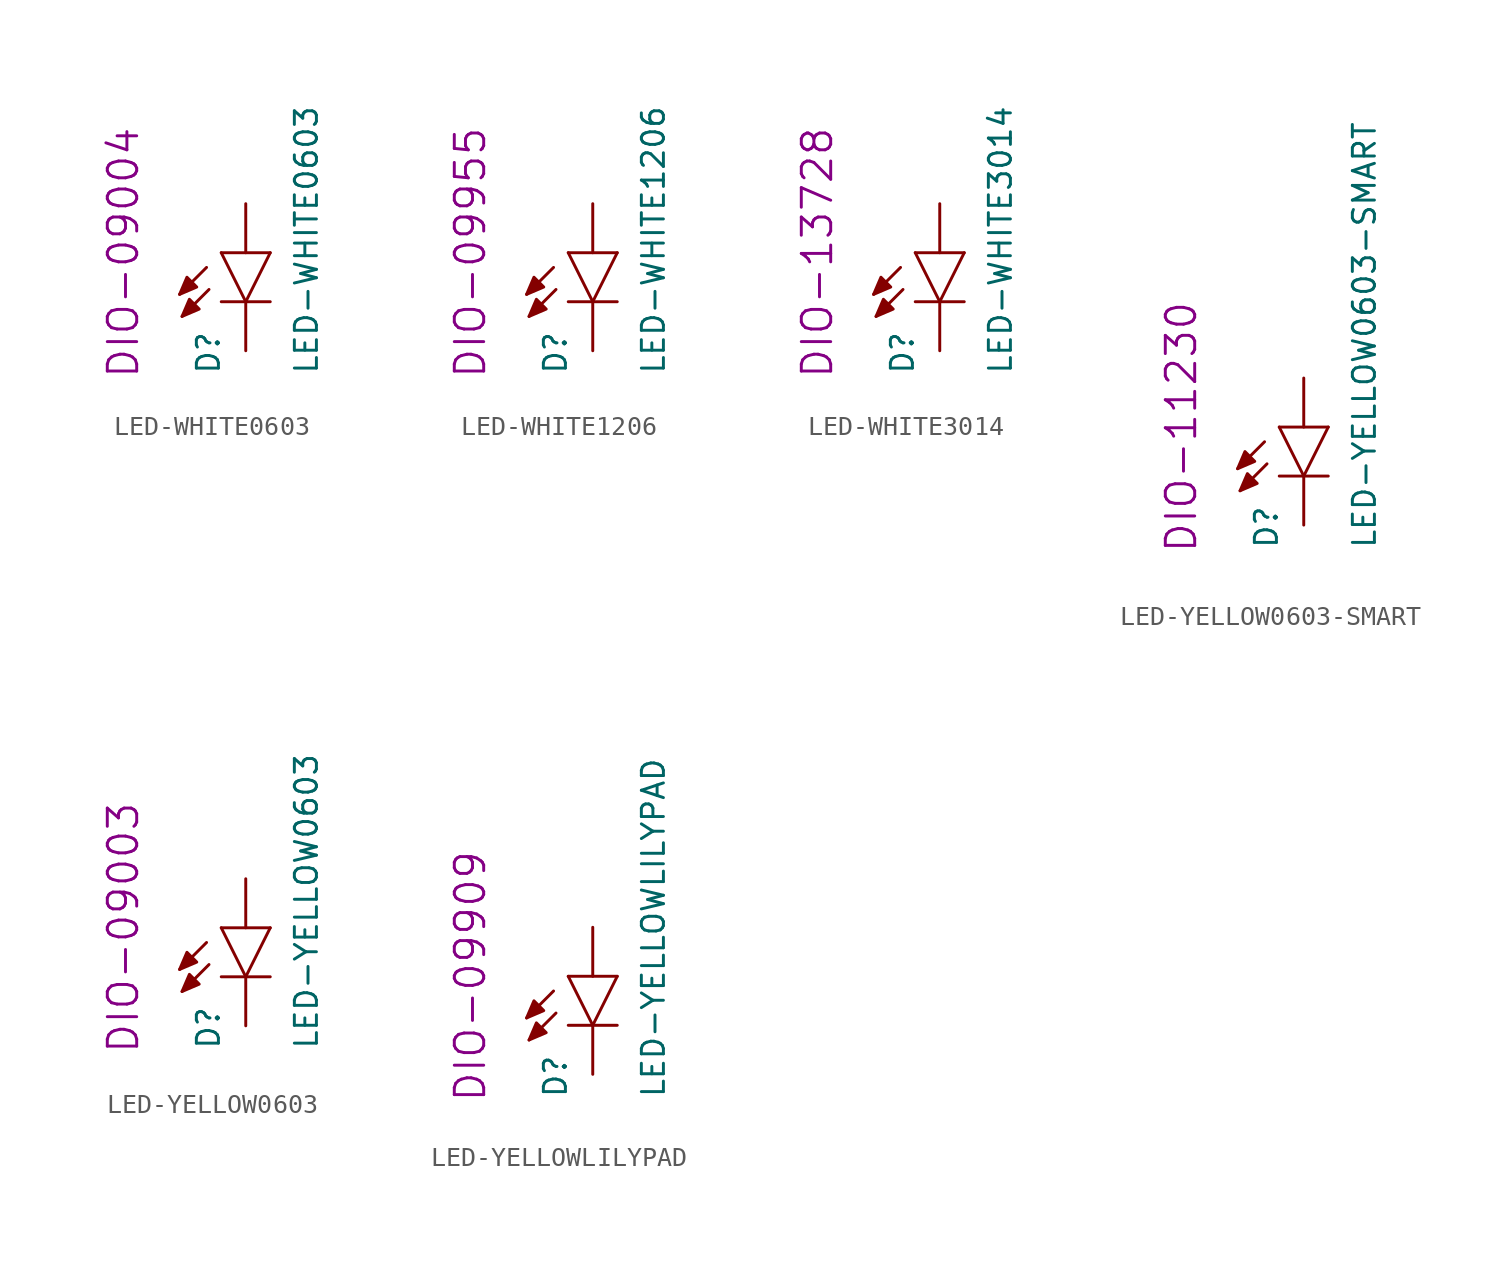
<source format=kicad_sym>
(kicad_symbol_lib
  (version 20220914)
  (generator kicad_symbol_editor)
  (symbol "LED-WHITE0603"
    (pin_numbers hide)
    (pin_names
      (offset 1.016) hide)
    (property "Reference" "D"
      (at -1.27 -6.35 90)
      (effects (font (size 1.143 1.143)) (justify left bottom)))
    (property "Value" "LED-WHITE0603"
      (at 3.81 -6.35 90)
      (effects (font (size 1.143 1.143)) (justify left bottom)))
    (property "Field4" "DIO-09004"
      (at -6.35 0 90)
      (effects (font (size 1.524 1.524))))
    (property "ki_locked" ""
      (at 0 0 0)
      (effects (font (size 1.27 1.27))))
    (symbol "LED-WHITE0603_1_0"
      (polyline (pts (xy -2.032 -0.762) (xy -3.429 -2.159)) (stroke (width 0) (type solid)) (fill (type none)))
      (polyline (pts (xy -1.905 -1.905) (xy -3.302 -3.302)) (stroke (width 0) (type solid)) (fill (type none)))
      (polyline (pts (xy 0 -2.54) (xy -1.27 -2.54)) (stroke (width 0) (type solid)) (fill (type none)))
      (polyline (pts (xy 0 -2.54) (xy -1.27 0)) (stroke (width 0) (type solid)) (fill (type none)))
      (polyline (pts (xy 1.27 -2.54) (xy 0 -2.54)) (stroke (width 0) (type solid)) (fill (type none)))
      (polyline (pts (xy 1.27 0) (xy -1.27 0)) (stroke (width 0) (type solid)) (fill (type none)))
      (polyline (pts (xy 1.27 0) (xy 0 -2.54)) (stroke (width 0) (type solid)) (fill (type none))))
    (symbol "LED-WHITE0603_1_1"
      (polyline (pts (xy -3.429 -2.159) (xy -3.048 -1.27) (xy -3.048 -1.27) (xy -2.54 -1.778) (xy -2.54 -1.778) (xy -3.429 -2.159)) (stroke (width 0) (type solid)) (fill (type outline)))
      (polyline (pts (xy -3.302 -3.302) (xy -2.921 -2.413) (xy -2.921 -2.413) (xy -2.413 -2.921) (xy -2.413 -2.921) (xy -3.302 -3.302)) (stroke (width 0) (type solid)) (fill (type outline)))
      (pin passive line (at 0 2.54 270) (length 2.54) (name "A" (effects (font (size 1.016 1.016)))) (number "A" (effects (font (size 1.016 1.016)))))
      (pin passive line (at 0 -5.08 90) (length 2.54) (name "C" (effects (font (size 1.016 1.016)))) (number "C" (effects (font (size 1.016 1.016)))))))
  (symbol "LED-WHITE1206"
    (pin_numbers hide)
    (pin_names
      (offset 1.016) hide)
    (property "Reference" "D"
      (at -1.27 -6.35 90)
      (effects (font (size 1.143 1.143)) (justify left bottom)))
    (property "Value" "LED-WHITE1206"
      (at 3.81 -6.35 90)
      (effects (font (size 1.143 1.143)) (justify left bottom)))
    (property "Field4" "DIO-09955"
      (at -6.35 0 90)
      (effects (font (size 1.524 1.524))))
    (property "ki_locked" ""
      (at 0 0 0)
      (effects (font (size 1.27 1.27))))
    (symbol "LED-WHITE1206_1_0"
      (polyline (pts (xy -2.032 -0.762) (xy -3.429 -2.159)) (stroke (width 0) (type solid)) (fill (type none)))
      (polyline (pts (xy -1.905 -1.905) (xy -3.302 -3.302)) (stroke (width 0) (type solid)) (fill (type none)))
      (polyline (pts (xy 0 -2.54) (xy -1.27 -2.54)) (stroke (width 0) (type solid)) (fill (type none)))
      (polyline (pts (xy 0 -2.54) (xy -1.27 0)) (stroke (width 0) (type solid)) (fill (type none)))
      (polyline (pts (xy 1.27 -2.54) (xy 0 -2.54)) (stroke (width 0) (type solid)) (fill (type none)))
      (polyline (pts (xy 1.27 0) (xy -1.27 0)) (stroke (width 0) (type solid)) (fill (type none)))
      (polyline (pts (xy 1.27 0) (xy 0 -2.54)) (stroke (width 0) (type solid)) (fill (type none))))
    (symbol "LED-WHITE1206_1_1"
      (polyline (pts (xy -3.429 -2.159) (xy -3.048 -1.27) (xy -3.048 -1.27) (xy -2.54 -1.778) (xy -2.54 -1.778) (xy -3.429 -2.159)) (stroke (width 0) (type solid)) (fill (type outline)))
      (polyline (pts (xy -3.302 -3.302) (xy -2.921 -2.413) (xy -2.921 -2.413) (xy -2.413 -2.921) (xy -2.413 -2.921) (xy -3.302 -3.302)) (stroke (width 0) (type solid)) (fill (type outline)))
      (pin passive line (at 0 2.54 270) (length 2.54) (name "A" (effects (font (size 1.016 1.016)))) (number "A" (effects (font (size 1.016 1.016)))))
      (pin passive line (at 0 -5.08 90) (length 2.54) (name "C" (effects (font (size 1.016 1.016)))) (number "C" (effects (font (size 1.016 1.016)))))))
  (symbol "LED-WHITE3014"
    (pin_numbers hide)
    (pin_names
      (offset 1.016) hide)
    (property "Reference" "D"
      (at -1.27 -6.35 90)
      (effects (font (size 1.143 1.143)) (justify left bottom)))
    (property "Value" "LED-WHITE3014"
      (at 3.81 -6.35 90)
      (effects (font (size 1.143 1.143)) (justify left bottom)))
    (property "Field4" "DIO-13728"
      (at -6.35 0 90)
      (effects (font (size 1.524 1.524))))
    (property "ki_locked" ""
      (at 0 0 0)
      (effects (font (size 1.27 1.27))))
    (symbol "LED-WHITE3014_1_0"
      (polyline (pts (xy -2.032 -0.762) (xy -3.429 -2.159)) (stroke (width 0) (type solid)) (fill (type none)))
      (polyline (pts (xy -1.905 -1.905) (xy -3.302 -3.302)) (stroke (width 0) (type solid)) (fill (type none)))
      (polyline (pts (xy 0 -2.54) (xy -1.27 -2.54)) (stroke (width 0) (type solid)) (fill (type none)))
      (polyline (pts (xy 0 -2.54) (xy -1.27 0)) (stroke (width 0) (type solid)) (fill (type none)))
      (polyline (pts (xy 1.27 -2.54) (xy 0 -2.54)) (stroke (width 0) (type solid)) (fill (type none)))
      (polyline (pts (xy 1.27 0) (xy -1.27 0)) (stroke (width 0) (type solid)) (fill (type none)))
      (polyline (pts (xy 1.27 0) (xy 0 -2.54)) (stroke (width 0) (type solid)) (fill (type none))))
    (symbol "LED-WHITE3014_1_1"
      (polyline (pts (xy -3.429 -2.159) (xy -3.048 -1.27) (xy -3.048 -1.27) (xy -2.54 -1.778) (xy -2.54 -1.778) (xy -3.429 -2.159)) (stroke (width 0) (type solid)) (fill (type outline)))
      (polyline (pts (xy -3.302 -3.302) (xy -2.921 -2.413) (xy -2.921 -2.413) (xy -2.413 -2.921) (xy -2.413 -2.921) (xy -3.302 -3.302)) (stroke (width 0) (type solid)) (fill (type outline)))
      (pin passive line (at 0 2.54 270) (length 2.54) (name "A" (effects (font (size 1.016 1.016)))) (number "A" (effects (font (size 1.016 1.016)))))
      (pin passive line (at 0 -5.08 90) (length 2.54) (name "C" (effects (font (size 1.016 1.016)))) (number "C" (effects (font (size 1.016 1.016)))))))
  (symbol "LED-YELLOW0603-SMART"
    (pin_numbers hide)
    (pin_names
      (offset 1.016) hide)
    (property "Reference" "D"
      (at -1.27 -6.35 90)
      (effects (font (size 1.143 1.143)) (justify left bottom)))
    (property "Value" "LED-YELLOW0603-SMART"
      (at 3.81 -6.35 90)
      (effects (font (size 1.143 1.143)) (justify left bottom)))
    (property "Field4" "DIO-11230"
      (at -6.35 0 90)
      (effects (font (size 1.524 1.524))))
    (property "ki_locked" ""
      (at 0 0 0)
      (effects (font (size 1.27 1.27))))
    (symbol "LED-YELLOW0603-SMART_1_0"
      (polyline (pts (xy -2.032 -0.762) (xy -3.429 -2.159)) (stroke (width 0) (type solid)) (fill (type none)))
      (polyline (pts (xy -1.905 -1.905) (xy -3.302 -3.302)) (stroke (width 0) (type solid)) (fill (type none)))
      (polyline (pts (xy 0 -2.54) (xy -1.27 -2.54)) (stroke (width 0) (type solid)) (fill (type none)))
      (polyline (pts (xy 0 -2.54) (xy -1.27 0)) (stroke (width 0) (type solid)) (fill (type none)))
      (polyline (pts (xy 1.27 -2.54) (xy 0 -2.54)) (stroke (width 0) (type solid)) (fill (type none)))
      (polyline (pts (xy 1.27 0) (xy -1.27 0)) (stroke (width 0) (type solid)) (fill (type none)))
      (polyline (pts (xy 1.27 0) (xy 0 -2.54)) (stroke (width 0) (type solid)) (fill (type none))))
    (symbol "LED-YELLOW0603-SMART_1_1"
      (polyline (pts (xy -3.429 -2.159) (xy -3.048 -1.27) (xy -3.048 -1.27) (xy -2.54 -1.778) (xy -2.54 -1.778) (xy -3.429 -2.159)) (stroke (width 0) (type solid)) (fill (type outline)))
      (polyline (pts (xy -3.302 -3.302) (xy -2.921 -2.413) (xy -2.921 -2.413) (xy -2.413 -2.921) (xy -2.413 -2.921) (xy -3.302 -3.302)) (stroke (width 0) (type solid)) (fill (type outline)))
      (pin passive line (at 0 2.54 270) (length 2.54) (name "A" (effects (font (size 1.016 1.016)))) (number "A" (effects (font (size 1.016 1.016)))))
      (pin passive line (at 0 -5.08 90) (length 2.54) (name "C" (effects (font (size 1.016 1.016)))) (number "C" (effects (font (size 1.016 1.016)))))))
  (symbol "LED-YELLOW0603"
    (pin_numbers hide)
    (pin_names
      (offset 1.016) hide)
    (property "Reference" "D"
      (at -1.27 -6.35 90)
      (effects (font (size 1.143 1.143)) (justify left bottom)))
    (property "Value" "LED-YELLOW0603"
      (at 3.81 -6.35 90)
      (effects (font (size 1.143 1.143)) (justify left bottom)))
    (property "Field4" "DIO-09003"
      (at -6.35 0 90)
      (effects (font (size 1.524 1.524))))
    (property "ki_locked" ""
      (at 0 0 0)
      (effects (font (size 1.27 1.27))))
    (symbol "LED-YELLOW0603_1_0"
      (polyline (pts (xy -2.032 -0.762) (xy -3.429 -2.159)) (stroke (width 0) (type solid)) (fill (type none)))
      (polyline (pts (xy -1.905 -1.905) (xy -3.302 -3.302)) (stroke (width 0) (type solid)) (fill (type none)))
      (polyline (pts (xy 0 -2.54) (xy -1.27 -2.54)) (stroke (width 0) (type solid)) (fill (type none)))
      (polyline (pts (xy 0 -2.54) (xy -1.27 0)) (stroke (width 0) (type solid)) (fill (type none)))
      (polyline (pts (xy 1.27 -2.54) (xy 0 -2.54)) (stroke (width 0) (type solid)) (fill (type none)))
      (polyline (pts (xy 1.27 0) (xy -1.27 0)) (stroke (width 0) (type solid)) (fill (type none)))
      (polyline (pts (xy 1.27 0) (xy 0 -2.54)) (stroke (width 0) (type solid)) (fill (type none))))
    (symbol "LED-YELLOW0603_1_1"
      (polyline (pts (xy -3.429 -2.159) (xy -3.048 -1.27) (xy -3.048 -1.27) (xy -2.54 -1.778) (xy -2.54 -1.778) (xy -3.429 -2.159)) (stroke (width 0) (type solid)) (fill (type outline)))
      (polyline (pts (xy -3.302 -3.302) (xy -2.921 -2.413) (xy -2.921 -2.413) (xy -2.413 -2.921) (xy -2.413 -2.921) (xy -3.302 -3.302)) (stroke (width 0) (type solid)) (fill (type outline)))
      (pin passive line (at 0 2.54 270) (length 2.54) (name "A" (effects (font (size 1.016 1.016)))) (number "A" (effects (font (size 1.016 1.016)))))
      (pin passive line (at 0 -5.08 90) (length 2.54) (name "C" (effects (font (size 1.016 1.016)))) (number "C" (effects (font (size 1.016 1.016)))))))
  (symbol "LED-YELLOWLILYPAD"
    (pin_numbers hide)
    (pin_names
      (offset 1.016) hide)
    (property "Reference" "D"
      (at -1.27 -6.35 90)
      (effects (font (size 1.143 1.143)) (justify left bottom)))
    (property "Value" "LED-YELLOWLILYPAD"
      (at 3.81 -6.35 90)
      (effects (font (size 1.143 1.143)) (justify left bottom)))
    (property "Field4" "DIO-09909"
      (at -6.35 0 90)
      (effects (font (size 1.524 1.524))))
    (property "ki_locked" ""
      (at 0 0 0)
      (effects (font (size 1.27 1.27))))
    (symbol "LED-YELLOWLILYPAD_1_0"
      (polyline (pts (xy -2.032 -0.762) (xy -3.429 -2.159)) (stroke (width 0) (type solid)) (fill (type none)))
      (polyline (pts (xy -1.905 -1.905) (xy -3.302 -3.302)) (stroke (width 0) (type solid)) (fill (type none)))
      (polyline (pts (xy 0 -2.54) (xy -1.27 -2.54)) (stroke (width 0) (type solid)) (fill (type none)))
      (polyline (pts (xy 0 -2.54) (xy -1.27 0)) (stroke (width 0) (type solid)) (fill (type none)))
      (polyline (pts (xy 1.27 -2.54) (xy 0 -2.54)) (stroke (width 0) (type solid)) (fill (type none)))
      (polyline (pts (xy 1.27 0) (xy -1.27 0)) (stroke (width 0) (type solid)) (fill (type none)))
      (polyline (pts (xy 1.27 0) (xy 0 -2.54)) (stroke (width 0) (type solid)) (fill (type none))))
    (symbol "LED-YELLOWLILYPAD_1_1"
      (polyline (pts (xy -3.429 -2.159) (xy -3.048 -1.27) (xy -3.048 -1.27) (xy -2.54 -1.778) (xy -2.54 -1.778) (xy -3.429 -2.159)) (stroke (width 0) (type solid)) (fill (type outline)))
      (polyline (pts (xy -3.302 -3.302) (xy -2.921 -2.413) (xy -2.921 -2.413) (xy -2.413 -2.921) (xy -2.413 -2.921) (xy -3.302 -3.302)) (stroke (width 0) (type solid)) (fill (type outline)))
      (pin passive line (at 0 2.54 270) (length 2.54) (name "A" (effects (font (size 1.016 1.016)))) (number "A" (effects (font (size 1.016 1.016)))))
      (pin passive line (at 0 -5.08 90) (length 2.54) (name "C" (effects (font (size 1.016 1.016)))) (number "C" (effects (font (size 1.016 1.016))))))))
</source>
